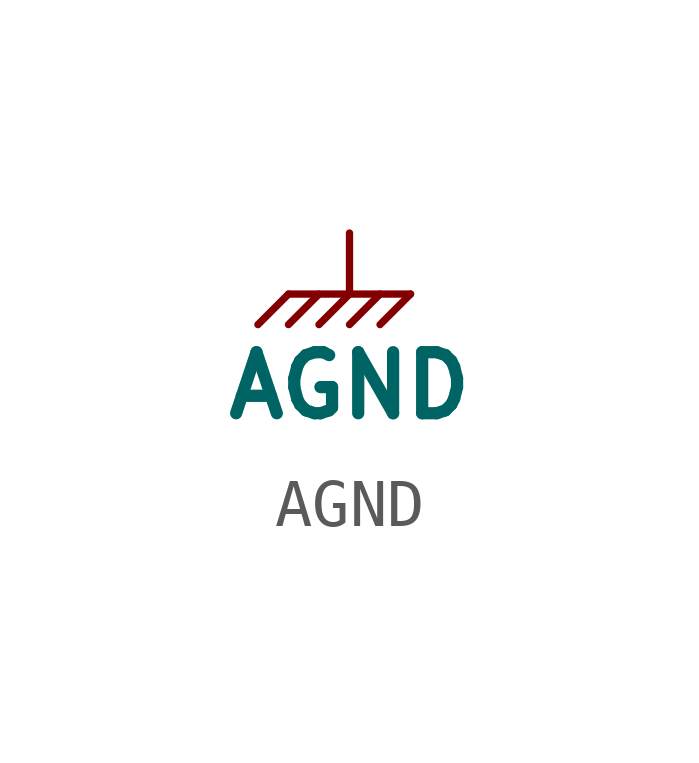
<source format=kicad_sym>
(kicad_symbol_lib
  (version 20231120)
  (generator "kicad_symbol_editor")
  (generator_version "8.0")
  (symbol "AGND"
    (power)
    (pin_names
      (offset 0))
    (property "Reference" "#PWR"
      (at 0 -3.81 0)
      (effects (font (size 1.27 1.27)) (hide yes)))
    (property "Value" "AGND"
      (at 0 -3.175 0)
      (effects (font (size 1.27 1.27) (bold yes))))
    (symbol "AGND_0_1"
      (polyline (pts (xy -1.27 -1.27) (xy -1.905 -1.905)) (stroke (width 0) (type default)) (fill (type none)))
      (polyline (pts (xy -1.27 -1.27) (xy 1.27 -1.27)) (stroke (width 0) (type solid)) (fill (type none)))
      (polyline (pts (xy -0.635 -1.27) (xy -1.27 -1.905)) (stroke (width 0) (type default)) (fill (type none)))
      (polyline (pts (xy 0 -1.27) (xy -0.635 -1.905)) (stroke (width 0) (type default)) (fill (type none)))
      (polyline (pts (xy 0 0) (xy 0 -1.27)) (stroke (width 0) (type solid)) (fill (type none)))
      (polyline (pts (xy 0.635 -1.27) (xy 0 -1.905)) (stroke (width 0) (type default)) (fill (type none)))
      (polyline (pts (xy 1.27 -1.27) (xy 0.635 -1.905)) (stroke (width 0) (type default)) (fill (type none))))
    (symbol "AGND_1_1"
      (pin power_in line (at 0 0 90) (length 0) hide (name "AGND" (effects (font (size 1.27 1.27)))) (number "1" (effects (font (size 1.27 1.27))))))))
</source>
